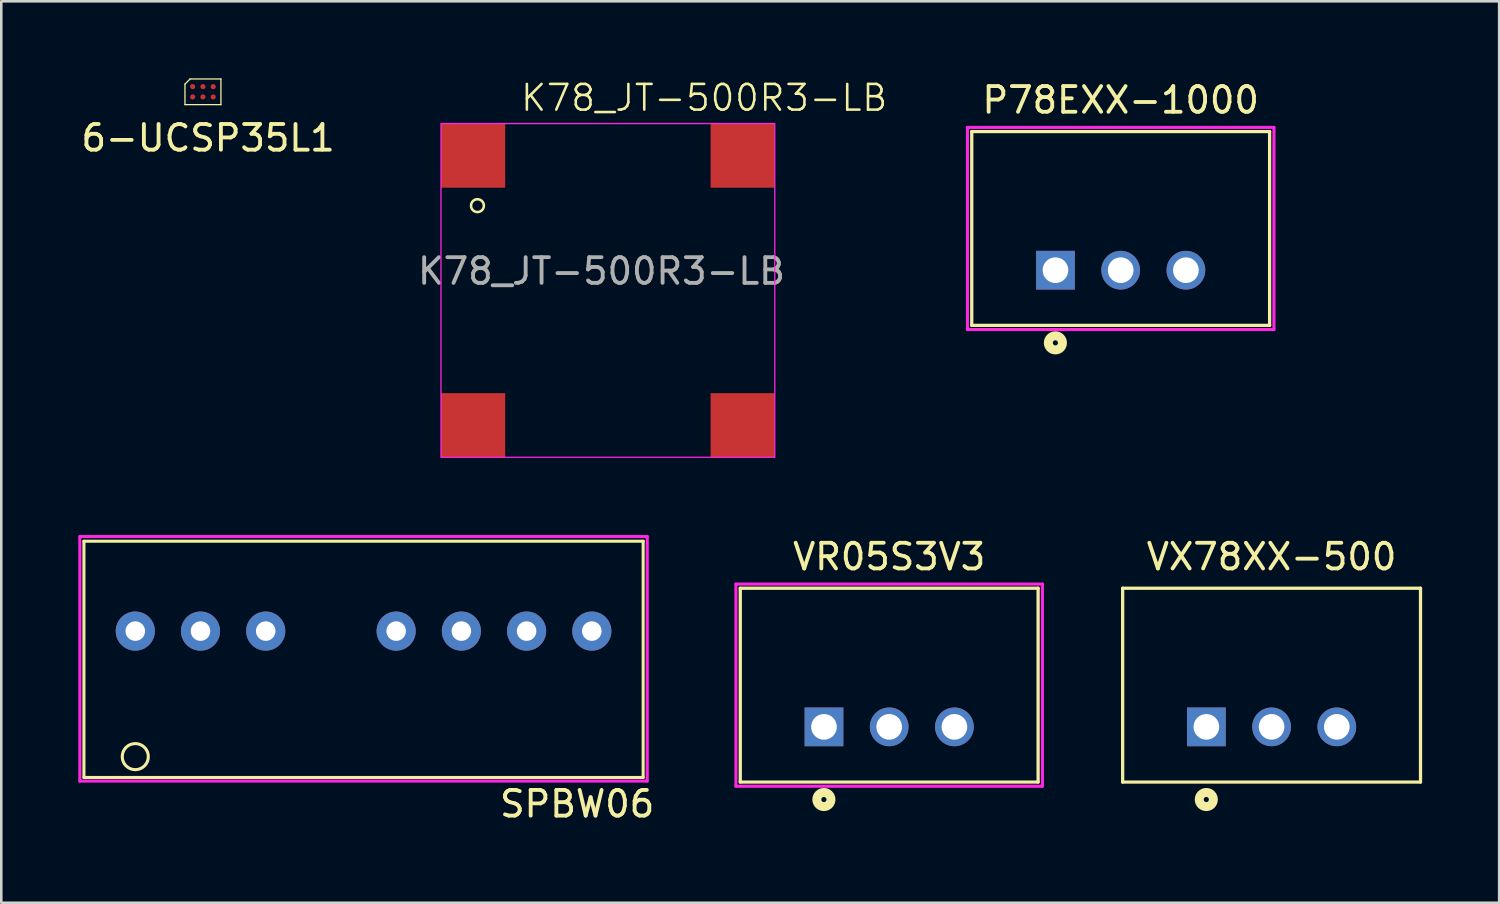
<source format=kicad_pcb>
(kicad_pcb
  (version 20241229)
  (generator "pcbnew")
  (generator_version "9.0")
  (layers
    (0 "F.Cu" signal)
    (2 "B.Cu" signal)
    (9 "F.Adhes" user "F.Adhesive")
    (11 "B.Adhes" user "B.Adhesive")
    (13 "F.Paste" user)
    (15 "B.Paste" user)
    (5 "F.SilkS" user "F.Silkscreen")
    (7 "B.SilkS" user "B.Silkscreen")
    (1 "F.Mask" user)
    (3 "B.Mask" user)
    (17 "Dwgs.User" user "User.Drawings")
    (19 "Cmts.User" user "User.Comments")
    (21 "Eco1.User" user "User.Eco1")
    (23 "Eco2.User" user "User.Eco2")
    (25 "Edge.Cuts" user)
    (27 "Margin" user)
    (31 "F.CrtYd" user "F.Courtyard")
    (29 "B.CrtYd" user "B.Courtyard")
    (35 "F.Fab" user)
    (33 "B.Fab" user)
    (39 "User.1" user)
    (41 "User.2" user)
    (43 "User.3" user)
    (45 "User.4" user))
  (footprint "P78EXX-1000"
    (layer "F.Cu")
    (at 40.597 5.848)
    (property "Reference" "P78EXX-1000" (at 0 -5 0) (layer "F.SilkS") (effects (font (size 1 1) (thickness 0.15))))
    (attr through_hole)
    (fp_line (start -5.8 -3.775) (end 5.8 -3.775) (stroke (width 0.127) (type solid)) (layer "F.SilkS"))
    (fp_line (start -5.8 3.775) (end -5.8 -3.775) (stroke (width 0.127) (type solid)) (layer "F.SilkS"))
    (fp_line (start 5.8 -3.775) (end 5.8 3.775) (stroke (width 0.127) (type solid)) (layer "F.SilkS"))
    (fp_line (start 5.8 3.775) (end -5.8 3.775) (stroke (width 0.127) (type solid)) (layer "F.SilkS"))
    (fp_circle (center -2.543 4.455) (end -2.443 4.455) (stroke (width 0.35) (type solid)) (fill no) (layer "F.SilkS"))
    (fp_line (start -5.969 -3.937) (end 5.969 -3.937) (stroke (width 0.12) (type solid)) (layer "F.CrtYd"))
    (fp_line (start -5.969 3.937) (end -5.969 -3.937) (stroke (width 0.12) (type solid)) (layer "F.CrtYd"))
    (fp_line (start 5.969 -3.937) (end 5.969 3.937) (stroke (width 0.12) (type solid)) (layer "F.CrtYd"))
    (fp_line (start 5.969 3.937) (end -5.969 3.937) (stroke (width 0.12) (type solid)) (layer "F.CrtYd"))
    (pad "1" thru_hole rect (at -2.54 1.625) (size 1.508 1.508) (drill 1) (layers "*.Cu" "*.Mask"))
    (pad "2" thru_hole circle (at 0 1.625) (size 1.508 1.508) (drill 1) (layers "*.Cu" "*.Mask"))
    (pad "3" thru_hole circle (at 2.54 1.625) (size 1.508 1.508) (drill 1) (layers "*.Cu" "*.Mask")))
  (footprint "VR05S3V3"
    (layer "F.Cu")
    (at 31.581 23.634)
    (property "Reference" "VR05S3V3" (at 0 -5 0) (layer "F.SilkS") (effects (font (size 1 1) (thickness 0.15))))
    (attr through_hole)
    (fp_line (start -5.8 -3.775) (end 5.8 -3.775) (stroke (width 0.127) (type solid)) (layer "F.SilkS"))
    (fp_line (start -5.8 3.775) (end -5.8 -3.775) (stroke (width 0.127) (type solid)) (layer "F.SilkS"))
    (fp_line (start 5.8 -3.775) (end 5.8 3.775) (stroke (width 0.127) (type solid)) (layer "F.SilkS"))
    (fp_line (start 5.8 3.775) (end -5.8 3.775) (stroke (width 0.127) (type solid)) (layer "F.SilkS"))
    (fp_circle (center -2.543 4.455) (end -2.443 4.455) (stroke (width 0.35) (type solid)) (fill no) (layer "F.SilkS"))
    (fp_line (start -5.969 -3.937) (end 5.969 -3.937) (stroke (width 0.12) (type solid)) (layer "F.CrtYd"))
    (fp_line (start -5.969 3.937) (end -5.969 -3.937) (stroke (width 0.12) (type solid)) (layer "F.CrtYd"))
    (fp_line (start 5.969 -3.937) (end 5.969 3.937) (stroke (width 0.12) (type solid)) (layer "F.CrtYd"))
    (fp_line (start 5.969 3.937) (end -5.969 3.937) (stroke (width 0.12) (type solid)) (layer "F.CrtYd"))
    (pad "1" thru_hole rect (at -2.54 1.625) (size 1.508 1.508) (drill 1) (layers "*.Cu" "*.Mask"))
    (pad "2" thru_hole circle (at 0 1.625) (size 1.508 1.508) (drill 1) (layers "*.Cu" "*.Mask"))
    (pad "3" thru_hole circle (at 2.54 1.625) (size 1.508 1.508) (drill 1) (layers "*.Cu" "*.Mask")))
  (footprint "SPBW06"
    (layer "F.Cu")
    (at 11.109 21.529)
    (property "Reference" "SPBW06" (at 8.319 6.731 0) (layer "F.SilkS") (effects (font (size 1 1) (thickness 0.15))))
    (attr through_hole)
    (fp_line (start -10.89 5.7) (end -10.89 -3.5) (stroke (width 0.12) (type solid)) (layer "F.SilkS"))
    (fp_line (start -10.89 5.7) (end 10.89 5.7) (stroke (width 0.12) (type solid)) (layer "F.SilkS"))
    (fp_line (start 10.89 -3.5) (end -10.89 -3.5) (stroke (width 0.12) (type solid)) (layer "F.SilkS"))
    (fp_line (start 10.89 -3.5) (end 10.89 5.7) (stroke (width 0.12) (type solid)) (layer "F.SilkS"))
    (fp_circle (center -8.89 4.889) (end -8.382 4.889) (stroke (width 0.12) (type solid)) (fill no) (layer "F.SilkS"))
    (fp_line (start -11.049 -3.683) (end 11.049 -3.683) (stroke (width 0.12) (type solid)) (layer "F.CrtYd"))
    (fp_line (start -11.049 5.842) (end -11.049 -3.683) (stroke (width 0.12) (type solid)) (layer "F.CrtYd"))
    (fp_line (start 11.049 -3.683) (end 11.049 5.842) (stroke (width 0.12) (type solid)) (layer "F.CrtYd"))
    (fp_line (start 11.049 5.842) (end -11.049 5.842) (stroke (width 0.12) (type solid)) (layer "F.CrtYd"))
    (pad "1" thru_hole circle (at -8.89 0) (size 1.524 1.524) (drill 0.762) (layers "*.Cu" "*.Mask"))
    (pad "2" thru_hole circle (at -6.35 0) (size 1.524 1.524) (drill 0.762) (layers "*.Cu" "*.Mask"))
    (pad "3" thru_hole circle (at -3.81 0) (size 1.524 1.524) (drill 0.762) (layers "*.Cu" "*.Mask"))
    (pad "5" thru_hole circle (at 1.27 0) (size 1.524 1.524) (drill 0.762) (layers "*.Cu" "*.Mask"))
    (pad "6" thru_hole circle (at 3.81 0) (size 1.524 1.524) (drill 0.762) (layers "*.Cu" "*.Mask"))
    (pad "7" thru_hole circle (at 6.35 0) (size 1.524 1.524) (drill 0.762) (layers "*.Cu" "*.Mask"))
    (pad "8" thru_hole circle (at 8.89 0) (size 1.524 1.524) (drill 0.762) (layers "*.Cu" "*.Mask")))
  (footprint "6-UCSP35L1"
    (layer "F.Cu")
    (at 4.854 0.525)
    (property "Reference" "6-UCSP35L1" (at 0.2 1.8 0) (layer "F.SilkS") (effects (font (size 1 1) (thickness 0.15))))
    (attr through_hole)
    (fp_line (start -0.7 -0.3) (end -0.7 0.5) (stroke (width 0.05) (type solid)) (layer "F.SilkS"))
    (fp_line (start -0.7 -0.3) (end -0.5 -0.5) (stroke (width 0.05) (type solid)) (layer "F.SilkS"))
    (fp_line (start -0.7 0.5) (end 0.7 0.5) (stroke (width 0.05) (type solid)) (layer "F.SilkS"))
    (fp_line (start 0.7 -0.5) (end -0.5 -0.5) (stroke (width 0.05) (type solid)) (layer "F.SilkS"))
    (fp_line (start 0.7 0.5) (end 0.7 -0.5) (stroke (width 0.05) (type solid)) (layer "F.SilkS"))
    (pad "A1" smd circle (at -0.4 0.2) (size 0.2 0.2) (layers "F.Cu" "F.Mask" "F.Paste"))
    (pad "A2" smd circle (at 0 0.2) (size 0.2 0.2) (layers "F.Cu" "F.Mask" "F.Paste"))
    (pad "A3" smd circle (at 0.4 0.2) (size 0.2 0.2) (layers "F.Cu" "F.Mask" "F.Paste"))
    (pad "B1" smd circle (at -0.4 -0.2) (size 0.2 0.2) (layers "F.Cu" "F.Mask" "F.Paste"))
    (pad "B2" smd circle (at 0 -0.2) (size 0.2 0.2) (layers "F.Cu" "F.Mask" "F.Paste"))
    (pad "B3" smd circle (at 0.4 -0.2) (size 0.2 0.2) (layers "F.Cu" "F.Mask" "F.Paste")))
  (footprint "VX78XX-500"
    (layer "F.Cu")
    (at 46.474 23.634)
    (property "Reference" "VX78XX-500" (at 0 -5 0) (layer "F.SilkS") (effects (font (size 1 1) (thickness 0.15))))
    (attr through_hole)
    (fp_line (start -5.8 -3.775) (end 5.8 -3.775) (stroke (width 0.127) (type solid)) (layer "F.SilkS"))
    (fp_line (start -5.8 3.775) (end -5.8 -3.775) (stroke (width 0.127) (type solid)) (layer "F.SilkS"))
    (fp_line (start 5.8 -3.775) (end 5.8 3.775) (stroke (width 0.127) (type solid)) (layer "F.SilkS"))
    (fp_line (start 5.8 3.775) (end -5.8 3.775) (stroke (width 0.127) (type solid)) (layer "F.SilkS"))
    (fp_circle (center -2.543 4.455) (end -2.443 4.455) (stroke (width 0.35) (type solid)) (fill no) (layer "F.SilkS"))
    (pad "1" thru_hole rect (at -2.54 1.625) (size 1.508 1.508) (drill 1) (layers "*.Cu" "*.Mask"))
    (pad "2" thru_hole circle (at 0 1.625) (size 1.508 1.508) (drill 1) (layers "*.Cu" "*.Mask"))
    (pad "3" thru_hole circle (at 2.54 1.625) (size 1.508 1.508) (drill 1) (layers "*.Cu" "*.Mask")))
  (footprint "K78_JT-500R3-LB"
    (layer "F.Cu")
    (at 20.625 8.261)
    (property "Reference" "K78_JT-500R3-LB" (at 3.75 -7.5 0) (unlocked yes) (layer "F.SilkS") (effects (font (size 1 1) (thickness 0.1))))
    (attr smd)
    (fp_circle (center -5.08 -3.302) (end -4.83 -3.302) (stroke (width 0.1) (type default)) (fill no) (layer "F.SilkS"))
    (fp_rect (start -6.5 -6.5) (end 6.5 6.5) (stroke (width 0.05) (type default)) (fill no) (layer "F.CrtYd"))
    (fp_text user "${REFERENCE}" (at -0.25 -0.75 0) (unlocked yes) (layer "F.Fab") (effects (font (size 1 1) (thickness 0.15))))
    (pad "1" smd rect (at -5.25 -5.25) (size 2.5 2.5) (layers "F.Cu" "F.Mask" "F.Paste"))
    (pad "2" smd rect (at -5.25 5.25) (size 2.5 2.5) (layers "F.Cu" "F.Mask" "F.Paste"))
    (pad "3" smd rect (at 5.25 5.25) (size 2.5 2.5) (layers "F.Cu" "F.Mask" "F.Paste"))
    (pad "4" smd rect (at 5.25 -5.25) (size 2.5 2.5) (layers "F.Cu" "F.Mask" "F.Paste")))
  (gr_rect
    (start -3 -3)
    (end 55.337 32.108)
    (stroke (width 0.1) (type default))
    (fill no)
    (layer "Edge.Cuts")))
</source>
